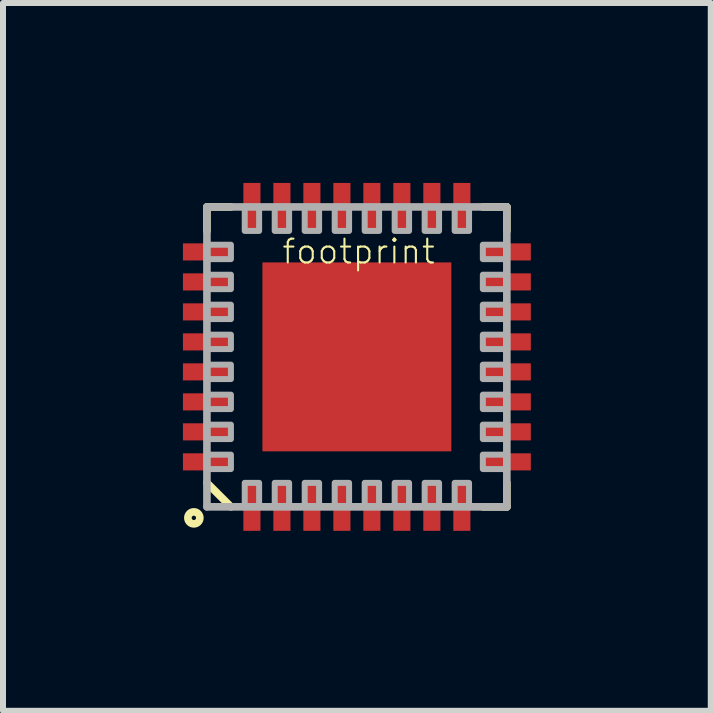
<source format=kicad_pcb>
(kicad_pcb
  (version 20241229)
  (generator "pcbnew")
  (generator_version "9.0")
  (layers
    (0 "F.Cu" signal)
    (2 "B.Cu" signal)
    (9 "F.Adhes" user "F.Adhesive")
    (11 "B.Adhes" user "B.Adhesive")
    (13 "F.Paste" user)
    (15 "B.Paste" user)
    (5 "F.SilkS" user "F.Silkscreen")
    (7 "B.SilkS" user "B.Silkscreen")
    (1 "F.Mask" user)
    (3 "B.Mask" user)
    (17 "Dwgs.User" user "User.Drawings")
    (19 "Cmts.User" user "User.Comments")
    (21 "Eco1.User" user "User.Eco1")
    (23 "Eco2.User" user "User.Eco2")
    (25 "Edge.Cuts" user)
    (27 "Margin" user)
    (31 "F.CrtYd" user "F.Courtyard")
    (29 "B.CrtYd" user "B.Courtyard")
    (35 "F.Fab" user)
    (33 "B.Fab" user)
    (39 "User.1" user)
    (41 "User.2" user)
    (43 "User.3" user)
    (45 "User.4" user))
  (footprint "footprint"
    (layer "F.Cu")
    (at 2.9 2.9)
    (property "Reference" "footprint" (at -1.27 -1.524 0) (layer "F.SilkS") (effects (font (size 0.397 0.397) (thickness 0.035)) (justify left bottom)))
    (fp_line (start -2.5 -2.5) (end -2.1 -2.5) (stroke (width 0.127) (type solid)) (layer "F.SilkS"))
    (fp_line (start -2.5 -2.1) (end -2.5 -2.5) (stroke (width 0.127) (type solid)) (layer "F.SilkS"))
    (fp_line (start -2.5 2.1) (end -2.1 2.5) (stroke (width 0.127) (type solid)) (layer "F.SilkS"))
    (fp_line (start 2.1 -2.5) (end 2.5 -2.5) (stroke (width 0.127) (type solid)) (layer "F.SilkS"))
    (fp_line (start 2.5 -2.5) (end 2.5 -2.1) (stroke (width 0.127) (type solid)) (layer "F.SilkS"))
    (fp_line (start 2.5 2.1) (end 2.5 2.5) (stroke (width 0.127) (type solid)) (layer "F.SilkS"))
    (fp_line (start 2.5 2.5) (end 2.1 2.5) (stroke (width 0.127) (type solid)) (layer "F.SilkS"))
    (fp_circle (center -2.718 2.684) (end -2.618 2.684) (stroke (width 0.127) (type solid)) (fill no) (layer "F.SilkS"))
    (fp_poly (pts (xy -1.45 -0.15) (xy -0.15 -0.15) (xy -0.15 -1.45) (xy -1.45 -1.45)) (stroke (width 0) (type solid)) (fill yes) (layer "F.Paste"))
    (fp_poly (pts (xy -0.15 1.45) (xy -0.15 0.15) (xy -1.45 0.15) (xy -1.45 1.45)) (stroke (width 0) (type solid)) (fill yes) (layer "F.Paste"))
    (fp_poly (pts (xy 0.15 -1.45) (xy 0.15 -0.15) (xy 1.45 -0.15) (xy 1.45 -1.45)) (stroke (width 0) (type solid)) (fill yes) (layer "F.Paste"))
    (fp_poly (pts (xy 1.45 0.15) (xy 0.15 0.15) (xy 0.15 1.45) (xy 1.45 1.45)) (stroke (width 0) (type solid)) (fill yes) (layer "F.Paste"))
    (fp_line (start -2.5 -2.5) (end -2.5 2.5) (stroke (width 0.127) (type solid)) (layer "F.Fab"))
    (fp_line (start -2.5 2.5) (end 2.5 2.5) (stroke (width 0.127) (type solid)) (layer "F.Fab"))
    (fp_line (start 2.5 -2.5) (end -2.5 -2.5) (stroke (width 0.127) (type solid)) (layer "F.Fab"))
    (fp_line (start 2.5 2.5) (end 2.5 -2.5) (stroke (width 0.127) (type solid)) (layer "F.Fab"))
    (fp_poly (pts (xy -2.5 -1.63) (xy -2.1 -1.63) (xy -2.1 -1.87) (xy -2.5 -1.87)) (stroke (width 0.1) (type solid)) (fill no) (layer "F.Fab"))
    (fp_poly (pts (xy -2.5 -1.13) (xy -2.1 -1.13) (xy -2.1 -1.37) (xy -2.5 -1.37)) (stroke (width 0.1) (type solid)) (fill no) (layer "F.Fab"))
    (fp_poly (pts (xy -2.5 -0.63) (xy -2.1 -0.63) (xy -2.1 -0.87) (xy -2.5 -0.87)) (stroke (width 0.1) (type solid)) (fill no) (layer "F.Fab"))
    (fp_poly (pts (xy -2.5 -0.13) (xy -2.1 -0.13) (xy -2.1 -0.37) (xy -2.5 -0.37)) (stroke (width 0.1) (type solid)) (fill no) (layer "F.Fab"))
    (fp_poly (pts (xy -2.5 0.37) (xy -2.1 0.37) (xy -2.1 0.13) (xy -2.5 0.13)) (stroke (width 0.1) (type solid)) (fill no) (layer "F.Fab"))
    (fp_poly (pts (xy -2.5 0.87) (xy -2.1 0.87) (xy -2.1 0.63) (xy -2.5 0.63)) (stroke (width 0.1) (type solid)) (fill no) (layer "F.Fab"))
    (fp_poly (pts (xy -2.5 1.37) (xy -2.1 1.37) (xy -2.1 1.13) (xy -2.5 1.13)) (stroke (width 0.1) (type solid)) (fill no) (layer "F.Fab"))
    (fp_poly (pts (xy -2.5 1.87) (xy -2.1 1.87) (xy -2.1 1.63) (xy -2.5 1.63)) (stroke (width 0.1) (type solid)) (fill no) (layer "F.Fab"))
    (fp_poly (pts (xy -1.87 -2.5) (xy -1.87 -2.1) (xy -1.63 -2.1) (xy -1.63 -2.5)) (stroke (width 0.1) (type solid)) (fill no) (layer "F.Fab"))
    (fp_poly (pts (xy -1.63 2.5) (xy -1.63 2.1) (xy -1.87 2.1) (xy -1.87 2.5)) (stroke (width 0.1) (type solid)) (fill no) (layer "F.Fab"))
    (fp_poly (pts (xy -1.37 -2.5) (xy -1.37 -2.1) (xy -1.13 -2.1) (xy -1.13 -2.5)) (stroke (width 0.1) (type solid)) (fill no) (layer "F.Fab"))
    (fp_poly (pts (xy -1.13 2.5) (xy -1.13 2.1) (xy -1.37 2.1) (xy -1.37 2.5)) (stroke (width 0.1) (type solid)) (fill no) (layer "F.Fab"))
    (fp_poly (pts (xy -0.87 -2.5) (xy -0.87 -2.1) (xy -0.63 -2.1) (xy -0.63 -2.5)) (stroke (width 0.1) (type solid)) (fill no) (layer "F.Fab"))
    (fp_poly (pts (xy -0.63 2.5) (xy -0.63 2.1) (xy -0.87 2.1) (xy -0.87 2.5)) (stroke (width 0.1) (type solid)) (fill no) (layer "F.Fab"))
    (fp_poly (pts (xy -0.37 -2.5) (xy -0.37 -2.1) (xy -0.13 -2.1) (xy -0.13 -2.5)) (stroke (width 0.1) (type solid)) (fill no) (layer "F.Fab"))
    (fp_poly (pts (xy -0.13 2.5) (xy -0.13 2.1) (xy -0.37 2.1) (xy -0.37 2.5)) (stroke (width 0.1) (type solid)) (fill no) (layer "F.Fab"))
    (fp_poly (pts (xy 0.13 -2.5) (xy 0.13 -2.1) (xy 0.37 -2.1) (xy 0.37 -2.5)) (stroke (width 0.1) (type solid)) (fill no) (layer "F.Fab"))
    (fp_poly (pts (xy 0.37 2.5) (xy 0.37 2.1) (xy 0.13 2.1) (xy 0.13 2.5)) (stroke (width 0.1) (type solid)) (fill no) (layer "F.Fab"))
    (fp_poly (pts (xy 0.63 -2.5) (xy 0.63 -2.1) (xy 0.87 -2.1) (xy 0.87 -2.5)) (stroke (width 0.1) (type solid)) (fill no) (layer "F.Fab"))
    (fp_poly (pts (xy 0.87 2.5) (xy 0.87 2.1) (xy 0.63 2.1) (xy 0.63 2.5)) (stroke (width 0.1) (type solid)) (fill no) (layer "F.Fab"))
    (fp_poly (pts (xy 1.13 -2.5) (xy 1.13 -2.1) (xy 1.37 -2.1) (xy 1.37 -2.5)) (stroke (width 0.1) (type solid)) (fill no) (layer "F.Fab"))
    (fp_poly (pts (xy 1.37 2.5) (xy 1.37 2.1) (xy 1.13 2.1) (xy 1.13 2.5)) (stroke (width 0.1) (type solid)) (fill no) (layer "F.Fab"))
    (fp_poly (pts (xy 1.63 -2.5) (xy 1.63 -2.1) (xy 1.87 -2.1) (xy 1.87 -2.5)) (stroke (width 0.1) (type solid)) (fill no) (layer "F.Fab"))
    (fp_poly (pts (xy 1.87 2.5) (xy 1.87 2.1) (xy 1.63 2.1) (xy 1.63 2.5)) (stroke (width 0.1) (type solid)) (fill no) (layer "F.Fab"))
    (fp_poly (pts (xy 2.5 -1.87) (xy 2.1 -1.87) (xy 2.1 -1.63) (xy 2.5 -1.63)) (stroke (width 0.1) (type solid)) (fill no) (layer "F.Fab"))
    (fp_poly (pts (xy 2.5 -1.37) (xy 2.1 -1.37) (xy 2.1 -1.13) (xy 2.5 -1.13)) (stroke (width 0.1) (type solid)) (fill no) (layer "F.Fab"))
    (fp_poly (pts (xy 2.5 -0.87) (xy 2.1 -0.87) (xy 2.1 -0.63) (xy 2.5 -0.63)) (stroke (width 0.1) (type solid)) (fill no) (layer "F.Fab"))
    (fp_poly (pts (xy 2.5 -0.37) (xy 2.1 -0.37) (xy 2.1 -0.13) (xy 2.5 -0.13)) (stroke (width 0.1) (type solid)) (fill no) (layer "F.Fab"))
    (fp_poly (pts (xy 2.5 0.13) (xy 2.1 0.13) (xy 2.1 0.37) (xy 2.5 0.37)) (stroke (width 0.1) (type solid)) (fill no) (layer "F.Fab"))
    (fp_poly (pts (xy 2.5 0.63) (xy 2.1 0.63) (xy 2.1 0.87) (xy 2.5 0.87)) (stroke (width 0.1) (type solid)) (fill no) (layer "F.Fab"))
    (fp_poly (pts (xy 2.5 1.13) (xy 2.1 1.13) (xy 2.1 1.37) (xy 2.5 1.37)) (stroke (width 0.1) (type solid)) (fill no) (layer "F.Fab"))
    (fp_poly (pts (xy 2.5 1.63) (xy 2.1 1.63) (xy 2.1 1.87) (xy 2.5 1.87)) (stroke (width 0.1) (type solid)) (fill no) (layer "F.Fab"))
    (pad "1" smd rect (at -1.75 2.5 90) (size 0.8 0.285) (layers "F.Cu" "F.Mask" "F.Paste"))
    (pad "2" smd rect (at -1.25 2.5 90) (size 0.8 0.285) (layers "F.Cu" "F.Mask" "F.Paste"))
    (pad "3" smd rect (at -0.75 2.5 90) (size 0.8 0.285) (layers "F.Cu" "F.Mask" "F.Paste"))
    (pad "4" smd rect (at -0.25 2.5 90) (size 0.8 0.285) (layers "F.Cu" "F.Mask" "F.Paste"))
    (pad "5" smd rect (at 0.25 2.5 90) (size 0.8 0.285) (layers "F.Cu" "F.Mask" "F.Paste"))
    (pad "6" smd rect (at 0.75 2.5 90) (size 0.8 0.285) (layers "F.Cu" "F.Mask" "F.Paste"))
    (pad "7" smd rect (at 1.25 2.5 90) (size 0.8 0.285) (layers "F.Cu" "F.Mask" "F.Paste"))
    (pad "8" smd rect (at 1.75 2.5 90) (size 0.8 0.285) (layers "F.Cu" "F.Mask" "F.Paste"))
    (pad "9" smd rect (at 2.5 1.75 180) (size 0.8 0.285) (layers "F.Cu" "F.Mask" "F.Paste"))
    (pad "10" smd rect (at 2.5 1.25 180) (size 0.8 0.285) (layers "F.Cu" "F.Mask" "F.Paste"))
    (pad "11" smd rect (at 2.5 0.75 180) (size 0.8 0.285) (layers "F.Cu" "F.Mask" "F.Paste"))
    (pad "12" smd rect (at 2.5 0.25 180) (size 0.8 0.285) (layers "F.Cu" "F.Mask" "F.Paste"))
    (pad "13" smd rect (at 2.5 -0.25 180) (size 0.8 0.285) (layers "F.Cu" "F.Mask" "F.Paste"))
    (pad "14" smd rect (at 2.5 -0.75 180) (size 0.8 0.285) (layers "F.Cu" "F.Mask" "F.Paste"))
    (pad "15" smd rect (at 2.5 -1.25 180) (size 0.8 0.285) (layers "F.Cu" "F.Mask" "F.Paste"))
    (pad "16" smd rect (at 2.5 -1.75 180) (size 0.8 0.285) (layers "F.Cu" "F.Mask" "F.Paste"))
    (pad "17" smd rect (at 1.75 -2.5 270) (size 0.8 0.285) (layers "F.Cu" "F.Mask" "F.Paste"))
    (pad "18" smd rect (at 1.25 -2.5 270) (size 0.8 0.285) (layers "F.Cu" "F.Mask" "F.Paste"))
    (pad "19" smd rect (at 0.75 -2.5 270) (size 0.8 0.285) (layers "F.Cu" "F.Mask" "F.Paste"))
    (pad "20" smd rect (at 0.25 -2.5 270) (size 0.8 0.285) (layers "F.Cu" "F.Mask" "F.Paste"))
    (pad "21" smd rect (at -0.25 -2.5 270) (size 0.8 0.285) (layers "F.Cu" "F.Mask" "F.Paste"))
    (pad "22" smd rect (at -0.75 -2.5 270) (size 0.8 0.285) (layers "F.Cu" "F.Mask" "F.Paste"))
    (pad "23" smd rect (at -1.25 -2.5 270) (size 0.8 0.285) (layers "F.Cu" "F.Mask" "F.Paste"))
    (pad "24" smd rect (at -1.75 -2.5 270) (size 0.8 0.285) (layers "F.Cu" "F.Mask" "F.Paste"))
    (pad "25" smd rect (at -2.5 -1.75) (size 0.8 0.285) (layers "F.Cu" "F.Mask" "F.Paste"))
    (pad "26" smd rect (at -2.5 -1.25) (size 0.8 0.285) (layers "F.Cu" "F.Mask" "F.Paste"))
    (pad "27" smd rect (at -2.5 -0.75) (size 0.8 0.285) (layers "F.Cu" "F.Mask" "F.Paste"))
    (pad "28" smd rect (at -2.5 -0.25) (size 0.8 0.285) (layers "F.Cu" "F.Mask" "F.Paste"))
    (pad "29" smd rect (at -2.5 0.25) (size 0.8 0.285) (layers "F.Cu" "F.Mask" "F.Paste"))
    (pad "30" smd rect (at -2.5 0.75) (size 0.8 0.285) (layers "F.Cu" "F.Mask" "F.Paste"))
    (pad "31" smd rect (at -2.5 1.25) (size 0.8 0.285) (layers "F.Cu" "F.Mask" "F.Paste"))
    (pad "32" smd rect (at -2.5 1.75) (size 0.8 0.285) (layers "F.Cu" "F.Mask" "F.Paste"))
    (pad "EP" smd rect (at 0 0) (size 3.15 3.15) (layers "F.Cu" "F.Mask")))
  (gr_rect
    (start -3 -3)
    (end 8.8 8.8)
    (stroke (width 0.1) (type default))
    (fill no)
    (layer "Edge.Cuts")))
</source>
